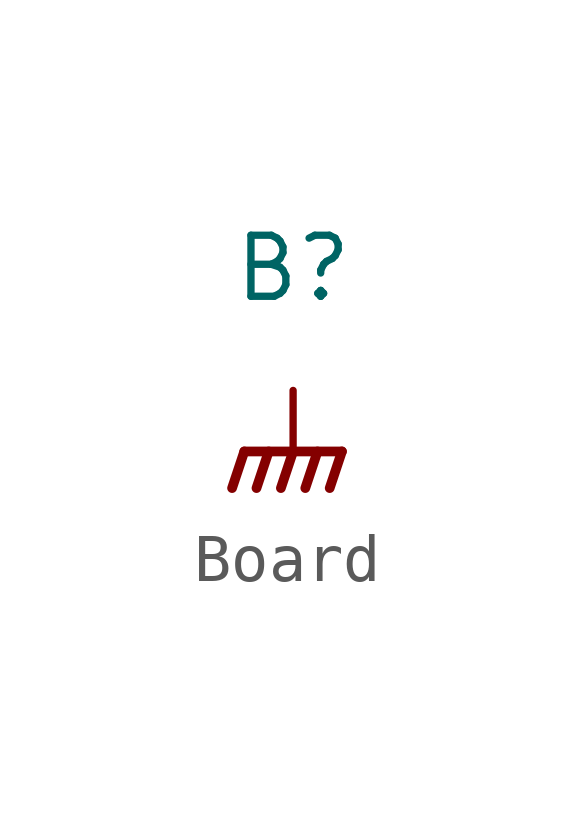
<source format=kicad_sym>
(kicad_symbol_lib
  (version 20220914)
  (generator kicad_symbol_editor)
  (symbol "Board"
    (property "Reference" "B"
      (at 0 2.54 0)
      (effects (font (size 1.27 1.27))))
    (property "Value" ""
      (at 0 0 0)
      (effects (font (size 1.27 1.27))))
    (symbol "Board_0_1"
      (polyline (pts (xy 0 -1.27) (xy 0 0)) (stroke (width 0) (type default)) (fill (type none)))
      (polyline (pts (xy -1.016 -1.27) (xy -1.27 -2.032) (xy -1.27 -2.032)) (stroke (width 0.203) (type default)) (fill (type none)))
      (polyline (pts (xy -0.508 -1.27) (xy -0.762 -2.032) (xy -0.762 -2.032)) (stroke (width 0.203) (type default)) (fill (type none)))
      (polyline (pts (xy 0 -1.27) (xy -0.254 -2.032) (xy -0.254 -2.032)) (stroke (width 0.203) (type default)) (fill (type none)))
      (polyline (pts (xy 0.508 -1.27) (xy 0.254 -2.032) (xy 0.254 -2.032)) (stroke (width 0.203) (type default)) (fill (type none)))
      (polyline (pts (xy 1.016 -1.27) (xy -1.016 -1.27) (xy -1.016 -1.27)) (stroke (width 0.203) (type default)) (fill (type none)))
      (polyline (pts (xy 1.016 -1.27) (xy 0.762 -2.032) (xy 0.762 -2.032) (xy 0.762 -2.032)) (stroke (width 0.203) (type default)) (fill (type none))))
    (symbol "Board_1_1"
      (pin power_in line (at 0 0 270) (length 0) hide (name "GND" (effects (font (size 1.27 1.27)))) (number "GND" (effects (font (size 1.27 1.27))))))))
</source>
